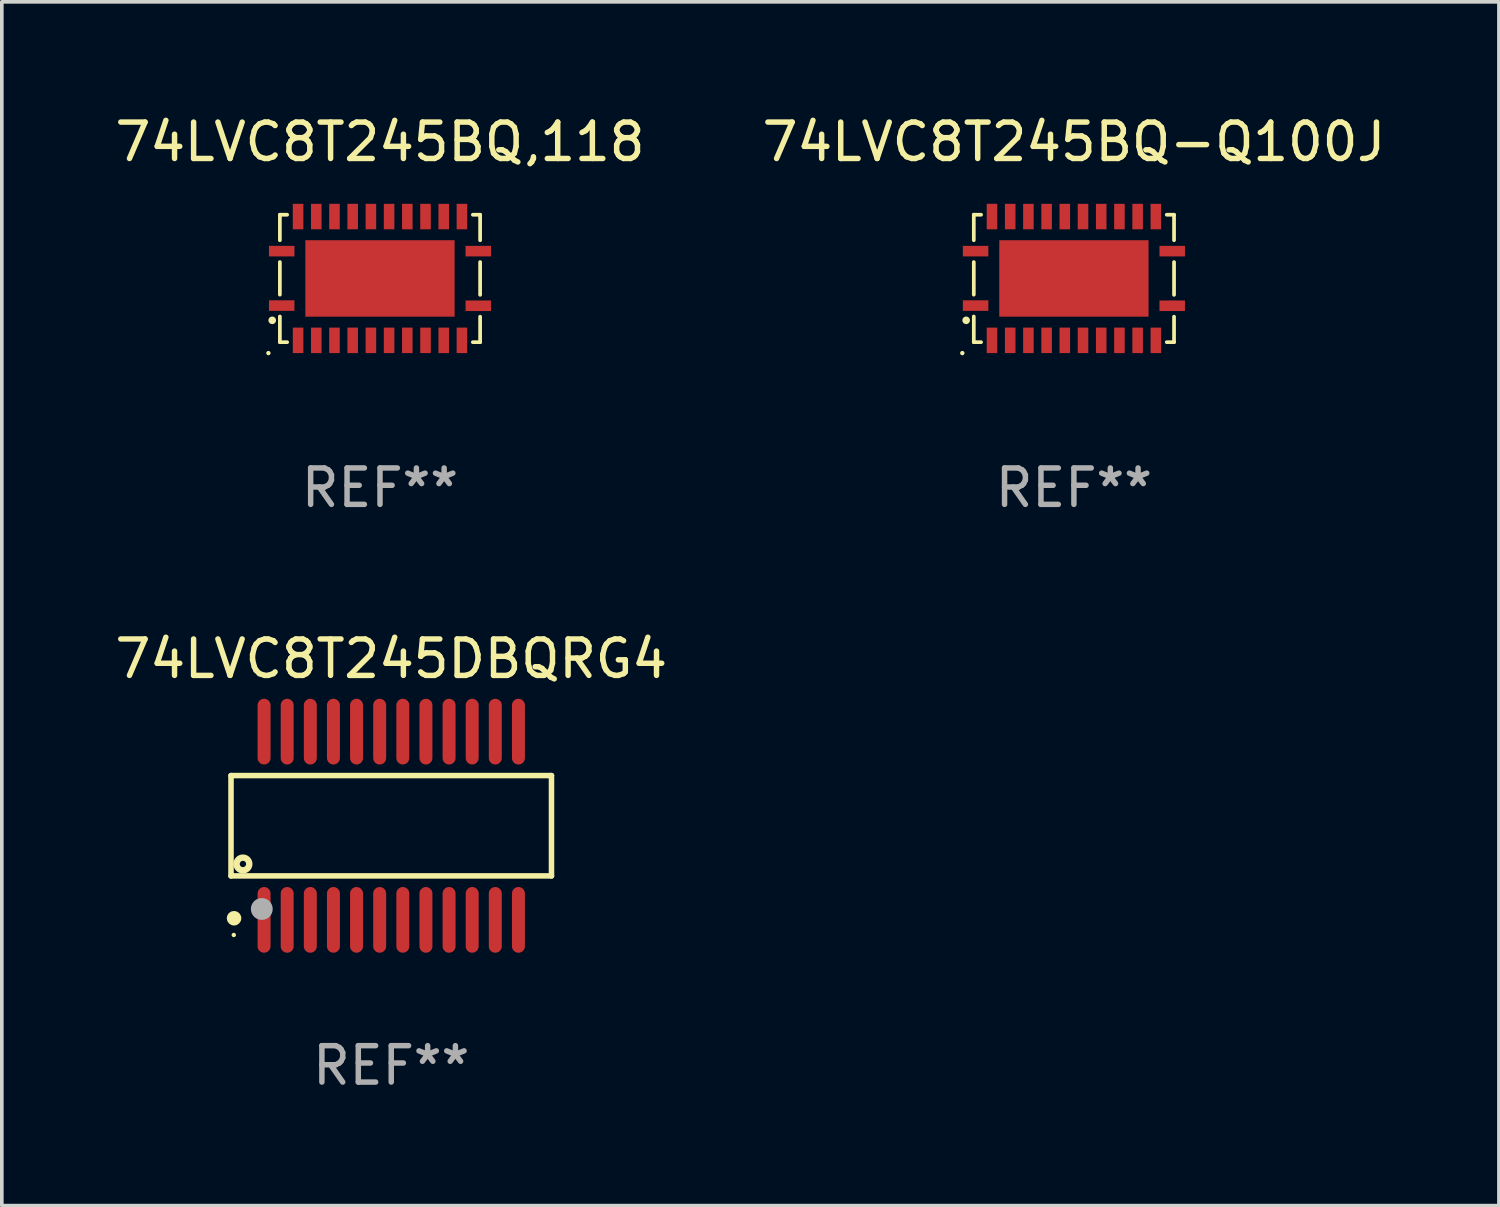
<source format=kicad_pcb>
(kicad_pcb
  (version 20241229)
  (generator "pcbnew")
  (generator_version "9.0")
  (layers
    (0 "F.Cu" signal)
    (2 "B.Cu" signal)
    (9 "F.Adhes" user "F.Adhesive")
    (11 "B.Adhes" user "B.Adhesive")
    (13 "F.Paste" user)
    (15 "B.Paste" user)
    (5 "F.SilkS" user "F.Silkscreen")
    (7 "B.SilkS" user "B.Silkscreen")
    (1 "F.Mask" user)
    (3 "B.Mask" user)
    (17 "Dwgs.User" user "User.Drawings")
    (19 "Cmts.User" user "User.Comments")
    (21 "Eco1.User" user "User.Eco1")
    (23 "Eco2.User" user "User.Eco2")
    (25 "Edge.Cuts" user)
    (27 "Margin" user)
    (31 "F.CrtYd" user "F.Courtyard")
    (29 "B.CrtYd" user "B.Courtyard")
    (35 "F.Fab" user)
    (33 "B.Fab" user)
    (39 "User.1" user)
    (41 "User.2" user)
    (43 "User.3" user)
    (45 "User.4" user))
  (footprint "74LVC8T245DBQRG4"
    (layer "F.Cu")
    (at 7.696 19.63)
    (property "Reference" "74LVC8T245DBQRG4" (at 0 -4.585 0) (layer "F.SilkS") (effects (font (size 1 1) (thickness 0.15))))
    (attr through_hole)
    (fp_line (start -4.401 -1.378) (end 4.401 -1.378) (stroke (width 0.152) (type solid)) (layer "F.SilkS"))
    (fp_line (start -4.401 1.378) (end -4.401 -1.378) (stroke (width 0.152) (type solid)) (layer "F.SilkS"))
    (fp_line (start 4.401 -1.378) (end 4.401 1.378) (stroke (width 0.152) (type solid)) (layer "F.SilkS"))
    (fp_line (start 4.401 1.378) (end -4.401 1.378) (stroke (width 0.152) (type solid)) (layer "F.SilkS"))
    (fp_circle (center -4.325 3) (end -4.295 3) (stroke (width 0.06) (type solid)) (fill no) (layer "F.SilkS"))
    (fp_circle (center -4.318 2.54) (end -4.218 2.54) (stroke (width 0.2) (type solid)) (fill no) (layer "F.SilkS"))
    (fp_circle (center -4.074 1.05) (end -3.987 1.05) (stroke (width 0.175) (type solid)) (fill no) (layer "F.SilkS"))
    (fp_circle (center -3.556 2.286) (end -3.406 2.286) (stroke (width 0.3) (type solid)) (fill no) (layer "F.Fab"))
    (fp_text user "REF**" (at 0 6.585 0) (layer "F.Fab") (effects (font (size 1 1) (thickness 0.15))))
    (pad "1" smd oval (at -3.493 2.585) (size 0.356 1.805) (layers "F.Cu" "F.Mask" "F.Paste"))
    (pad "2" smd oval (at -2.858 2.585) (size 0.356 1.805) (layers "F.Cu" "F.Mask" "F.Paste"))
    (pad "3" smd oval (at -2.223 2.585) (size 0.356 1.805) (layers "F.Cu" "F.Mask" "F.Paste"))
    (pad "4" smd oval (at -1.588 2.585) (size 0.356 1.805) (layers "F.Cu" "F.Mask" "F.Paste"))
    (pad "5" smd oval (at -0.953 2.585) (size 0.356 1.805) (layers "F.Cu" "F.Mask" "F.Paste"))
    (pad "6" smd oval (at -0.318 2.585) (size 0.356 1.805) (layers "F.Cu" "F.Mask" "F.Paste"))
    (pad "7" smd oval (at 0.318 2.585) (size 0.356 1.805) (layers "F.Cu" "F.Mask" "F.Paste"))
    (pad "8" smd oval (at 0.953 2.585) (size 0.356 1.805) (layers "F.Cu" "F.Mask" "F.Paste"))
    (pad "9" smd oval (at 1.588 2.585) (size 0.356 1.805) (layers "F.Cu" "F.Mask" "F.Paste"))
    (pad "10" smd oval (at 2.223 2.585) (size 0.356 1.805) (layers "F.Cu" "F.Mask" "F.Paste"))
    (pad "11" smd oval (at 2.858 2.585) (size 0.356 1.805) (layers "F.Cu" "F.Mask" "F.Paste"))
    (pad "12" smd oval (at 3.493 2.585) (size 0.356 1.805) (layers "F.Cu" "F.Mask" "F.Paste"))
    (pad "13" smd oval (at 3.493 -2.585) (size 0.356 1.805) (layers "F.Cu" "F.Mask" "F.Paste"))
    (pad "14" smd oval (at 2.858 -2.585) (size 0.356 1.805) (layers "F.Cu" "F.Mask" "F.Paste"))
    (pad "15" smd oval (at 2.223 -2.585) (size 0.356 1.805) (layers "F.Cu" "F.Mask" "F.Paste"))
    (pad "16" smd oval (at 1.588 -2.585) (size 0.356 1.805) (layers "F.Cu" "F.Mask" "F.Paste"))
    (pad "17" smd oval (at 0.953 -2.585) (size 0.356 1.805) (layers "F.Cu" "F.Mask" "F.Paste"))
    (pad "18" smd oval (at 0.318 -2.585) (size 0.356 1.805) (layers "F.Cu" "F.Mask" "F.Paste"))
    (pad "19" smd oval (at -0.318 -2.585) (size 0.356 1.805) (layers "F.Cu" "F.Mask" "F.Paste"))
    (pad "20" smd oval (at -0.953 -2.585) (size 0.356 1.805) (layers "F.Cu" "F.Mask" "F.Paste"))
    (pad "21" smd oval (at -1.588 -2.585) (size 0.356 1.805) (layers "F.Cu" "F.Mask" "F.Paste"))
    (pad "22" smd oval (at -2.223 -2.585) (size 0.356 1.805) (layers "F.Cu" "F.Mask" "F.Paste"))
    (pad "23" smd oval (at -2.858 -2.585) (size 0.356 1.805) (layers "F.Cu" "F.Mask" "F.Paste"))
    (pad "24" smd oval (at -3.493 -2.585) (size 0.356 1.805) (layers "F.Cu" "F.Mask" "F.Paste")))
  (footprint "74LVC8T245BQ-Q100J"
    (layer "F.Cu")
    (at 26.446 4.598)
    (property "Reference" "74LVC8T245BQ-Q100J" (at 0 -3.75 0) (layer "F.SilkS") (effects (font (size 1 1) (thickness 0.15))))
    (attr through_hole)
    (fp_line (start -2.75 -1.75) (end -2.75 -1.05) (stroke (width 0.102) (type solid)) (layer "F.SilkS"))
    (fp_line (start -2.75 -1.75) (end -2.55 -1.75) (stroke (width 0.102) (type solid)) (layer "F.SilkS"))
    (fp_line (start -2.75 -0.45) (end -2.75 0.445) (stroke (width 0.102) (type solid)) (layer "F.SilkS"))
    (fp_line (start -2.75 1.75) (end -2.75 1.045) (stroke (width 0.102) (type solid)) (layer "F.SilkS"))
    (fp_line (start -2.55 1.75) (end -2.75 1.75) (stroke (width 0.102) (type solid)) (layer "F.SilkS"))
    (fp_line (start 2.55 -1.75) (end 2.75 -1.75) (stroke (width 0.102) (type solid)) (layer "F.SilkS"))
    (fp_line (start 2.75 -1.75) (end 2.75 -1.05) (stroke (width 0.102) (type solid)) (layer "F.SilkS"))
    (fp_line (start 2.75 -0.45) (end 2.75 0.45) (stroke (width 0.102) (type solid)) (layer "F.SilkS"))
    (fp_line (start 2.75 1.05) (end 2.75 1.75) (stroke (width 0.102) (type solid)) (layer "F.SilkS"))
    (fp_line (start 2.75 1.75) (end 2.55 1.75) (stroke (width 0.102) (type solid)) (layer "F.SilkS"))
    (fp_circle (center -3.065 2.05) (end -3.035 2.05) (stroke (width 0.06) (type solid)) (fill no) (layer "F.SilkS"))
    (fp_circle (center -2.96 1.15) (end -2.906 1.15) (stroke (width 0.102) (type solid)) (fill no) (layer "F.SilkS"))
    (fp_text user "REF**" (at 0 5.75 0) (layer "F.Fab") (effects (font (size 1 1) (thickness 0.15))))
    (pad "1" smd rect (at -2.7 0.745 90) (size 0.29 0.7) (layers "F.Cu" "F.Mask" "F.Paste"))
    (pad "2" smd rect (at -2.25 1.7) (size 0.29 0.7) (layers "F.Cu" "F.Mask" "F.Paste"))
    (pad "3" smd rect (at -1.75 1.7) (size 0.29 0.7) (layers "F.Cu" "F.Mask" "F.Paste"))
    (pad "4" smd rect (at -1.25 1.7) (size 0.29 0.7) (layers "F.Cu" "F.Mask" "F.Paste"))
    (pad "5" smd rect (at -0.75 1.7) (size 0.29 0.7) (layers "F.Cu" "F.Mask" "F.Paste"))
    (pad "6" smd rect (at -0.25 1.7) (size 0.29 0.7) (layers "F.Cu" "F.Mask" "F.Paste"))
    (pad "7" smd rect (at 0.25 1.7) (size 0.29 0.7) (layers "F.Cu" "F.Mask" "F.Paste"))
    (pad "8" smd rect (at 0.75 1.7) (size 0.29 0.7) (layers "F.Cu" "F.Mask" "F.Paste"))
    (pad "9" smd rect (at 1.25 1.7) (size 0.29 0.7) (layers "F.Cu" "F.Mask" "F.Paste"))
    (pad "10" smd rect (at 1.75 1.7) (size 0.29 0.7) (layers "F.Cu" "F.Mask" "F.Paste"))
    (pad "11" smd rect (at 2.25 1.7) (size 0.29 0.7) (layers "F.Cu" "F.Mask" "F.Paste"))
    (pad "12" smd rect (at 2.7 0.75 90) (size 0.29 0.7) (layers "F.Cu" "F.Mask" "F.Paste"))
    (pad "13" smd rect (at 2.7 -0.75 90) (size 0.29 0.7) (layers "F.Cu" "F.Mask" "F.Paste"))
    (pad "14" smd rect (at 2.25 -1.7 180) (size 0.29 0.7) (layers "F.Cu" "F.Mask" "F.Paste"))
    (pad "15" smd rect (at 1.75 -1.7 180) (size 0.29 0.7) (layers "F.Cu" "F.Mask" "F.Paste"))
    (pad "16" smd rect (at 1.25 -1.7 180) (size 0.29 0.7) (layers "F.Cu" "F.Mask" "F.Paste"))
    (pad "17" smd rect (at 0.75 -1.7 180) (size 0.29 0.7) (layers "F.Cu" "F.Mask" "F.Paste"))
    (pad "18" smd rect (at 0.25 -1.7 180) (size 0.29 0.7) (layers "F.Cu" "F.Mask" "F.Paste"))
    (pad "19" smd rect (at -0.25 -1.7 180) (size 0.29 0.7) (layers "F.Cu" "F.Mask" "F.Paste"))
    (pad "20" smd rect (at -0.75 -1.7 180) (size 0.29 0.7) (layers "F.Cu" "F.Mask" "F.Paste"))
    (pad "21" smd rect (at -1.25 -1.7 180) (size 0.29 0.7) (layers "F.Cu" "F.Mask" "F.Paste"))
    (pad "22" smd rect (at -1.75 -1.7 180) (size 0.29 0.7) (layers "F.Cu" "F.Mask" "F.Paste"))
    (pad "23" smd rect (at -2.25 -1.7 180) (size 0.29 0.7) (layers "F.Cu" "F.Mask" "F.Paste"))
    (pad "24" smd rect (at -2.7 -0.75 270) (size 0.29 0.7) (layers "F.Cu" "F.Mask" "F.Paste"))
    (pad "25" smd rect (at 0 0) (size 4.1 2.1) (layers "F.Cu" "F.Mask" "F.Paste")))
  (footprint "74LVC8T245BQ,118"
    (layer "F.Cu")
    (at 7.387 4.598)
    (property "Reference" "74LVC8T245BQ,118" (at 0 -3.75 0) (layer "F.SilkS") (effects (font (size 1 1) (thickness 0.15))))
    (attr through_hole)
    (fp_line (start -2.75 -1.75) (end -2.75 -1.05) (stroke (width 0.102) (type solid)) (layer "F.SilkS"))
    (fp_line (start -2.75 -1.75) (end -2.55 -1.75) (stroke (width 0.102) (type solid)) (layer "F.SilkS"))
    (fp_line (start -2.75 -0.45) (end -2.75 0.445) (stroke (width 0.102) (type solid)) (layer "F.SilkS"))
    (fp_line (start -2.75 1.75) (end -2.75 1.045) (stroke (width 0.102) (type solid)) (layer "F.SilkS"))
    (fp_line (start -2.55 1.75) (end -2.75 1.75) (stroke (width 0.102) (type solid)) (layer "F.SilkS"))
    (fp_line (start 2.55 -1.75) (end 2.75 -1.75) (stroke (width 0.102) (type solid)) (layer "F.SilkS"))
    (fp_line (start 2.75 -1.75) (end 2.75 -1.05) (stroke (width 0.102) (type solid)) (layer "F.SilkS"))
    (fp_line (start 2.75 -0.45) (end 2.75 0.45) (stroke (width 0.102) (type solid)) (layer "F.SilkS"))
    (fp_line (start 2.75 1.05) (end 2.75 1.75) (stroke (width 0.102) (type solid)) (layer "F.SilkS"))
    (fp_line (start 2.75 1.75) (end 2.55 1.75) (stroke (width 0.102) (type solid)) (layer "F.SilkS"))
    (fp_circle (center -3.065 2.05) (end -3.035 2.05) (stroke (width 0.06) (type solid)) (fill no) (layer "F.SilkS"))
    (fp_circle (center -2.96 1.15) (end -2.906 1.15) (stroke (width 0.102) (type solid)) (fill no) (layer "F.SilkS"))
    (fp_text user "REF**" (at 0 5.75 0) (layer "F.Fab") (effects (font (size 1 1) (thickness 0.15))))
    (pad "1" smd rect (at -2.7 0.745 90) (size 0.29 0.7) (layers "F.Cu" "F.Mask" "F.Paste"))
    (pad "2" smd rect (at -2.25 1.7) (size 0.29 0.7) (layers "F.Cu" "F.Mask" "F.Paste"))
    (pad "3" smd rect (at -1.75 1.7) (size 0.29 0.7) (layers "F.Cu" "F.Mask" "F.Paste"))
    (pad "4" smd rect (at -1.25 1.7) (size 0.29 0.7) (layers "F.Cu" "F.Mask" "F.Paste"))
    (pad "5" smd rect (at -0.75 1.7) (size 0.29 0.7) (layers "F.Cu" "F.Mask" "F.Paste"))
    (pad "6" smd rect (at -0.25 1.7) (size 0.29 0.7) (layers "F.Cu" "F.Mask" "F.Paste"))
    (pad "7" smd rect (at 0.25 1.7) (size 0.29 0.7) (layers "F.Cu" "F.Mask" "F.Paste"))
    (pad "8" smd rect (at 0.75 1.7) (size 0.29 0.7) (layers "F.Cu" "F.Mask" "F.Paste"))
    (pad "9" smd rect (at 1.25 1.7) (size 0.29 0.7) (layers "F.Cu" "F.Mask" "F.Paste"))
    (pad "10" smd rect (at 1.75 1.7) (size 0.29 0.7) (layers "F.Cu" "F.Mask" "F.Paste"))
    (pad "11" smd rect (at 2.25 1.7) (size 0.29 0.7) (layers "F.Cu" "F.Mask" "F.Paste"))
    (pad "12" smd rect (at 2.7 0.75 90) (size 0.29 0.7) (layers "F.Cu" "F.Mask" "F.Paste"))
    (pad "13" smd rect (at 2.7 -0.75 90) (size 0.29 0.7) (layers "F.Cu" "F.Mask" "F.Paste"))
    (pad "14" smd rect (at 2.25 -1.7 180) (size 0.29 0.7) (layers "F.Cu" "F.Mask" "F.Paste"))
    (pad "15" smd rect (at 1.75 -1.7 180) (size 0.29 0.7) (layers "F.Cu" "F.Mask" "F.Paste"))
    (pad "16" smd rect (at 1.25 -1.7 180) (size 0.29 0.7) (layers "F.Cu" "F.Mask" "F.Paste"))
    (pad "17" smd rect (at 0.75 -1.7 180) (size 0.29 0.7) (layers "F.Cu" "F.Mask" "F.Paste"))
    (pad "18" smd rect (at 0.25 -1.7 180) (size 0.29 0.7) (layers "F.Cu" "F.Mask" "F.Paste"))
    (pad "19" smd rect (at -0.25 -1.7 180) (size 0.29 0.7) (layers "F.Cu" "F.Mask" "F.Paste"))
    (pad "20" smd rect (at -0.75 -1.7 180) (size 0.29 0.7) (layers "F.Cu" "F.Mask" "F.Paste"))
    (pad "21" smd rect (at -1.25 -1.7 180) (size 0.29 0.7) (layers "F.Cu" "F.Mask" "F.Paste"))
    (pad "22" smd rect (at -1.75 -1.7 180) (size 0.29 0.7) (layers "F.Cu" "F.Mask" "F.Paste"))
    (pad "23" smd rect (at -2.25 -1.7 180) (size 0.29 0.7) (layers "F.Cu" "F.Mask" "F.Paste"))
    (pad "24" smd rect (at -2.7 -0.75 270) (size 0.29 0.7) (layers "F.Cu" "F.Mask" "F.Paste"))
    (pad "25" smd rect (at 0 0) (size 4.1 2.1) (layers "F.Cu" "F.Mask" "F.Paste")))
  (gr_rect
    (start -3 -3)
    (end 38.119 30.063)
    (stroke (width 0.1) (type default))
    (fill no)
    (layer "Edge.Cuts")))
</source>
